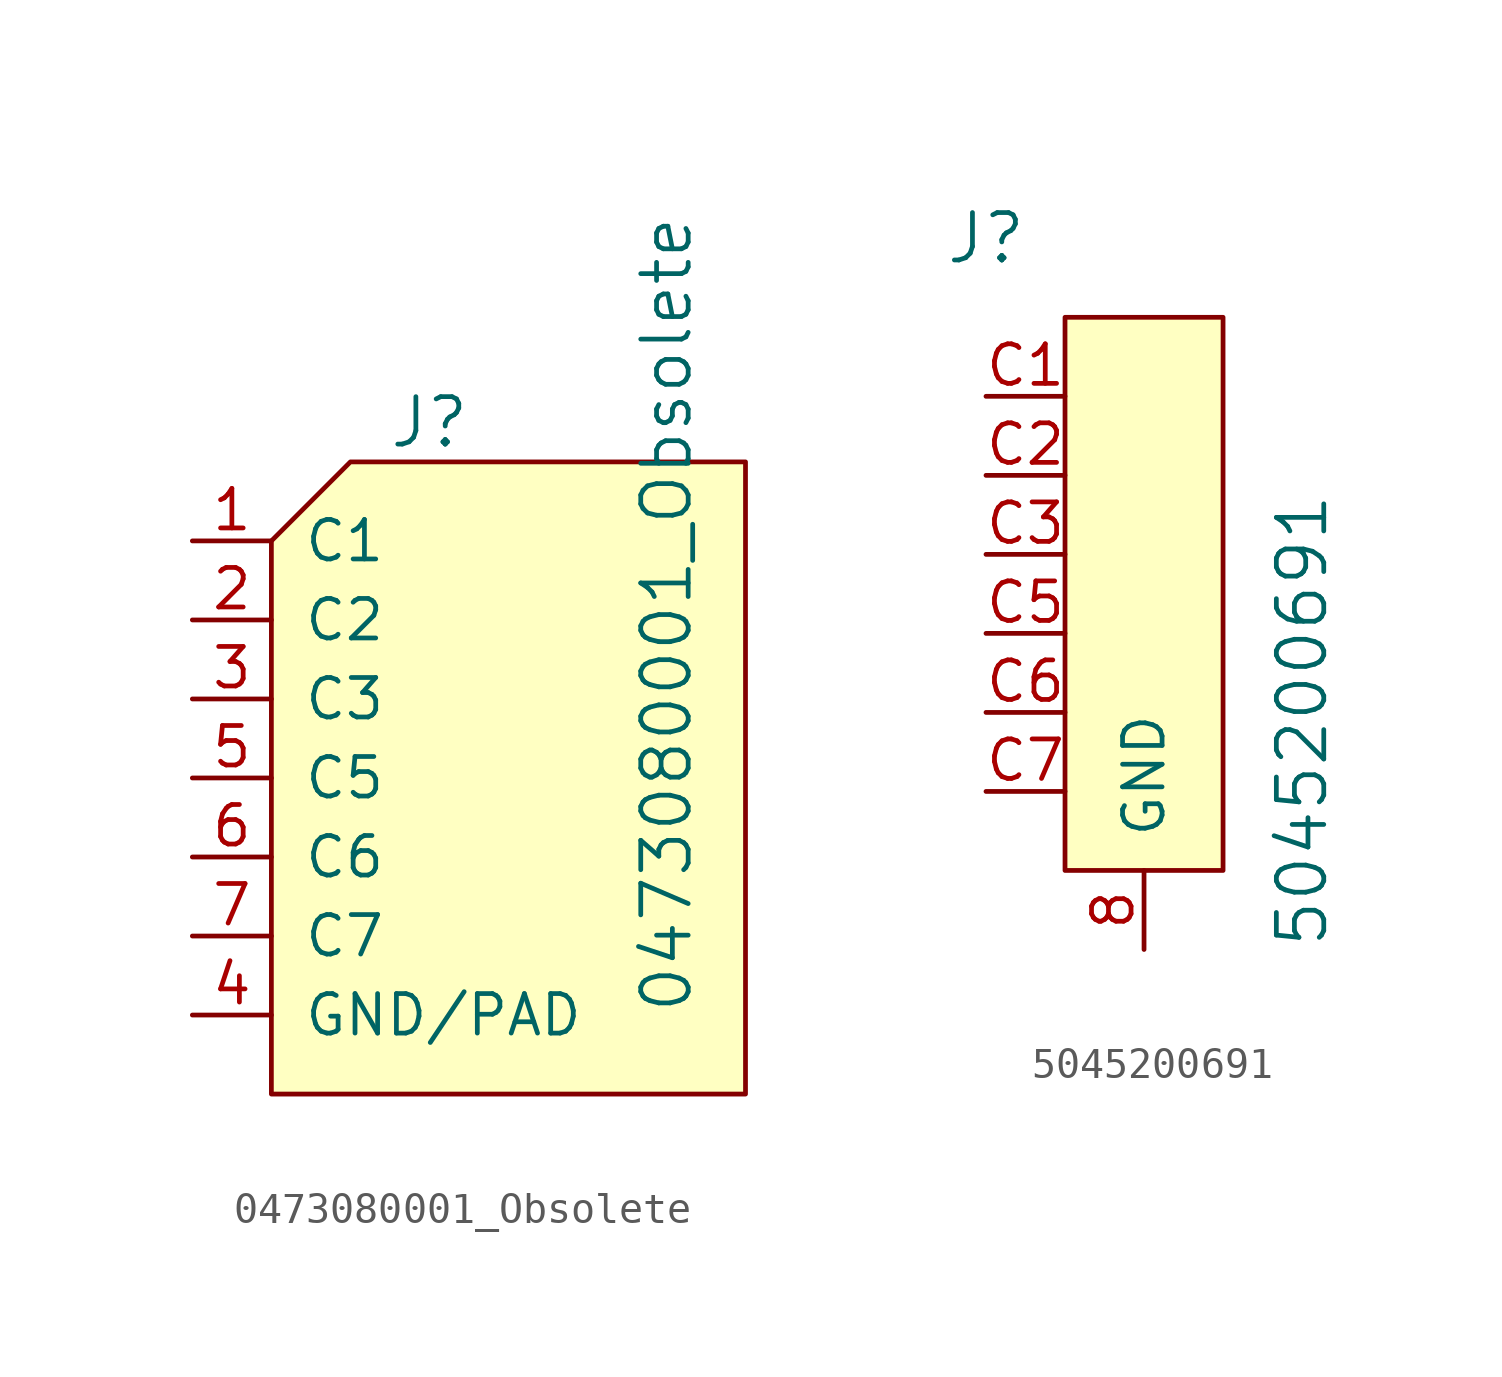
<source format=kicad_sym>
(kicad_symbol_lib
  (version 20220914)
  (generator kicad_symbol_editor)
  (symbol "0473080001_Obsolete"
    (pin_names
      (offset 1.016))
    (property "Reference" "J"
      (at 0 6.35 0)
      (effects (font (size 1.524 1.524))))
    (property "Value" "0473080001_Obsolete"
      (at 7.62 -12.7 90)
      (effects (font (size 1.524 1.524)) (justify left)))
    (symbol "0473080001_Obsolete_0_1"
      (polyline (pts (xy -5.08 2.54) (xy -2.54 5.08) (xy 10.16 5.08) (xy 10.16 -2.54) (xy 10.16 -7.62) (xy 10.16 -15.24) (xy -5.08 -15.24) (xy -5.08 2.54)) (stroke (width 0) (type solid)) (fill (type background))))
    (symbol "0473080001_Obsolete_1_1"
      (pin bidirectional line (at -7.62 2.54 0) (length 2.54) (name "C1" (effects (font (size 1.27 1.27)))) (number "1" (effects (font (size 1.27 1.27)))))
      (pin bidirectional line (at -7.62 0 0) (length 2.54) (name "C2" (effects (font (size 1.27 1.27)))) (number "2" (effects (font (size 1.27 1.27)))))
      (pin bidirectional line (at -7.62 -2.54 0) (length 2.54) (name "C3" (effects (font (size 1.27 1.27)))) (number "3" (effects (font (size 1.27 1.27)))))
      (pin power_in line (at -7.62 -12.7 0) (length 2.54) (name "GND/PAD" (effects (font (size 1.27 1.27)))) (number "4" (effects (font (size 1.27 1.27)))))
      (pin bidirectional line (at -7.62 -5.08 0) (length 2.54) (name "C5" (effects (font (size 1.27 1.27)))) (number "5" (effects (font (size 1.27 1.27)))))
      (pin bidirectional line (at -7.62 -7.62 0) (length 2.54) (name "C6" (effects (font (size 1.27 1.27)))) (number "6" (effects (font (size 1.27 1.27)))))
      (pin bidirectional line (at -7.62 -10.16 0) (length 2.54) (name "C7" (effects (font (size 1.27 1.27)))) (number "7" (effects (font (size 1.27 1.27)))))))
  (symbol "5045200691"
    (pin_names
      (offset 1.016))
    (property "Reference" "J"
      (at -5.08 10.16 0)
      (effects (font (size 1.524 1.524))))
    (property "Value" "5045200691"
      (at 5.08 -12.7 90)
      (effects (font (size 1.524 1.524)) (justify left)))
    (symbol "5045200691_0_1"
      (rectangle (start -2.54 7.62) (end 2.54 -10.16) (stroke (width 0) (type solid)) (fill (type background))))
    (symbol "5045200691_1_1"
      (pin power_in line (at 0 -12.7 90) (length 2.54) (name "GND" (effects (font (size 1.27 1.27)))) (number "8" (effects (font (size 1.27 1.27)))))
      (pin power_in line (at -5.08 5.08 0) (length 2.54) (name "~" (effects (font (size 1.27 1.27)))) (number "C1" (effects (font (size 1.27 1.27)))))
      (pin input line (at -5.08 2.54 0) (length 2.54) (name "~" (effects (font (size 1.27 1.27)))) (number "C2" (effects (font (size 1.27 1.27)))))
      (pin input line (at -5.08 0 0) (length 2.54) (name "~" (effects (font (size 1.27 1.27)))) (number "C3" (effects (font (size 1.27 1.27)))))
      (pin power_in line (at -5.08 -2.54 0) (length 2.54) (name "~" (effects (font (size 1.27 1.27)))) (number "C5" (effects (font (size 1.27 1.27)))))
      (pin power_in line (at -5.08 -5.08 0) (length 2.54) (name "~" (effects (font (size 1.27 1.27)))) (number "C6" (effects (font (size 1.27 1.27)))))
      (pin bidirectional line (at -5.08 -7.62 0) (length 2.54) (name "~" (effects (font (size 1.27 1.27)))) (number "C7" (effects (font (size 1.27 1.27))))))))
</source>
